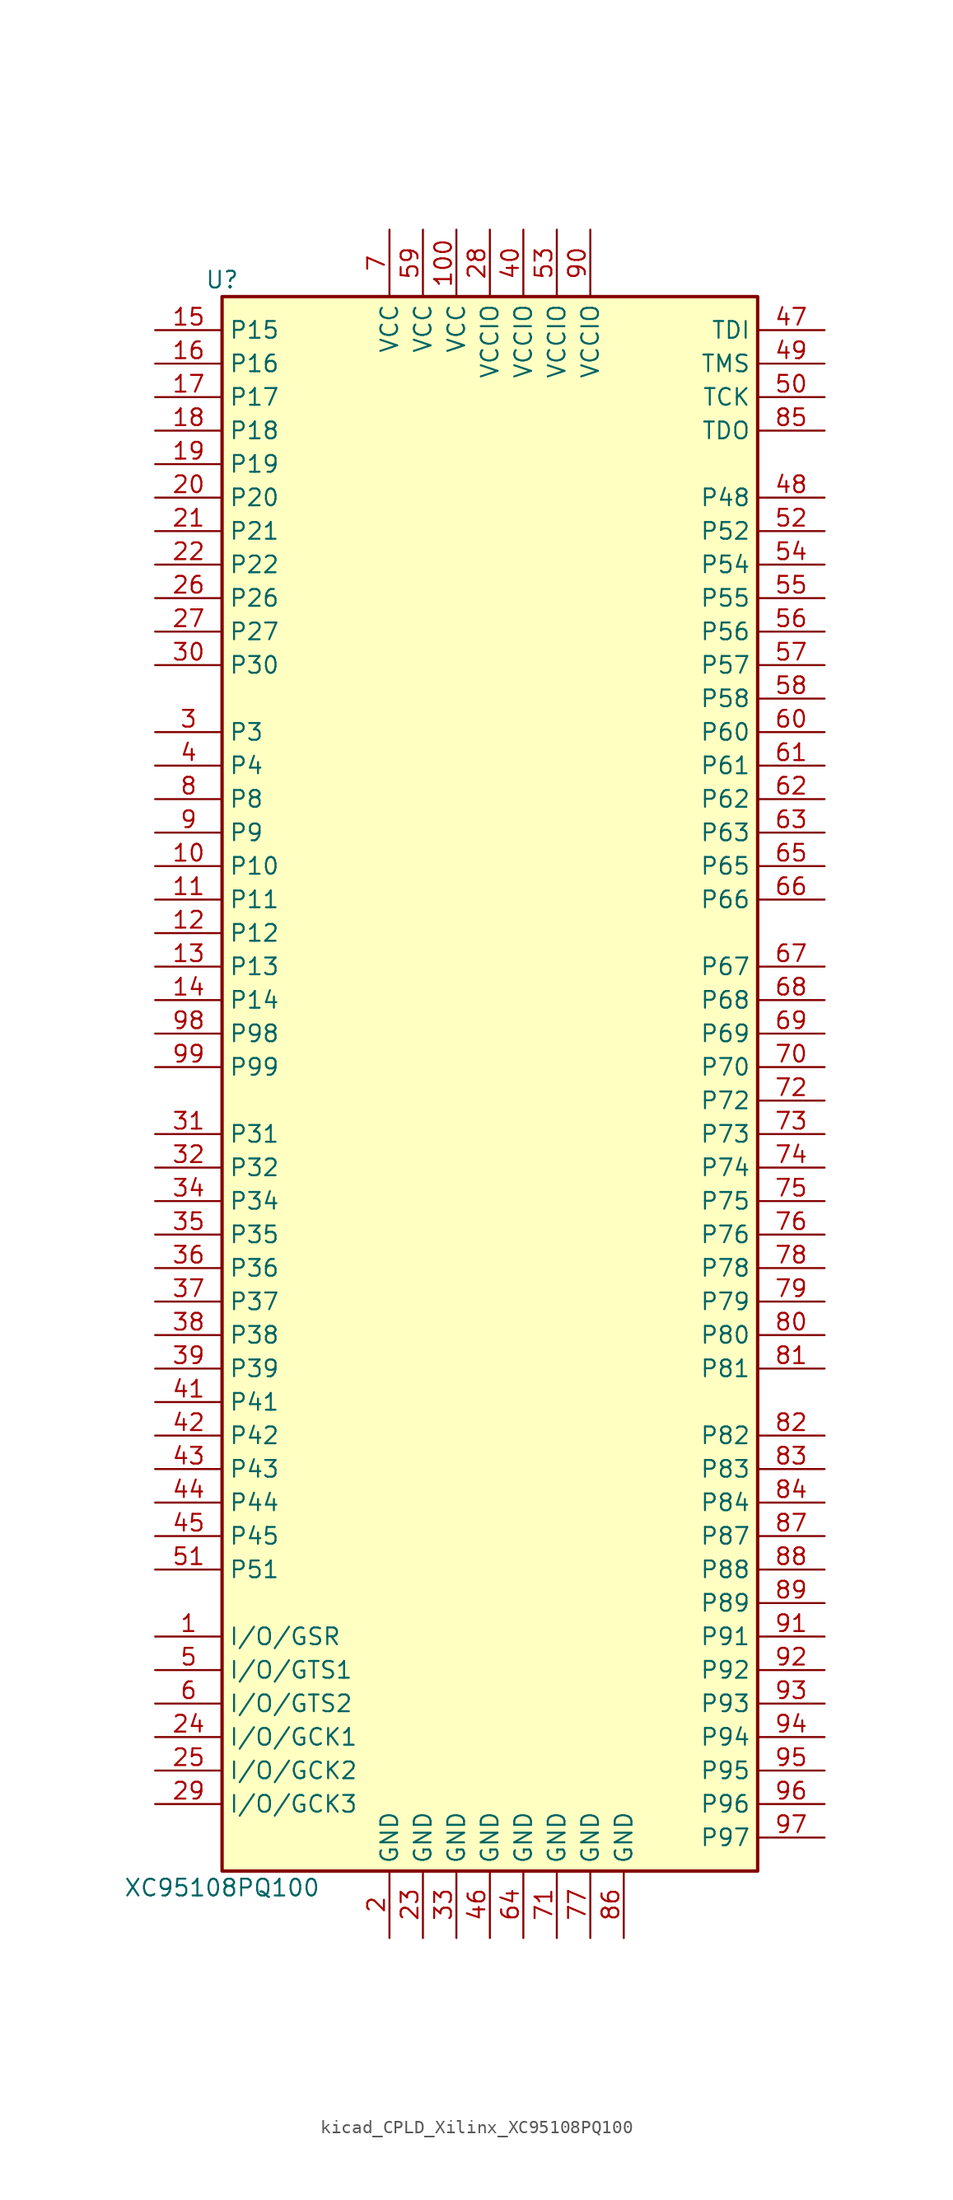
<source format=kicad_sym>
(kicad_symbol_lib
  (version 20220914)
  (generator kicad_symbol_editor)
  (symbol "kicad_CPLD_Xilinx_XC95108PQ100"
    (property "Reference" "U"
      (at -20.32 59.69 0)
      (effects (font (size 1.27 1.27))))
    (property "Value" "XC95108PQ100"
      (at -20.32 -62.23 0)
      (effects (font (size 1.27 1.27))))
    (symbol "kicad_CPLD_Xilinx_XC95108PQ100_1_1"
      (rectangle (start -20.32 58.42) (end 20.32 -60.96) (stroke (width 0.254) (type default)) (fill (type background)))
      (pin bidirectional line (at -25.4 -43.18 0) (length 5.08) (name "I/O/GSR" (effects (font (size 1.27 1.27)))) (number "1" (effects (font (size 1.27 1.27)))))
      (pin bidirectional line (at -25.4 15.24 0) (length 5.08) (name "P10" (effects (font (size 1.27 1.27)))) (number "10" (effects (font (size 1.27 1.27)))))
      (pin power_in line (at -2.54 63.5 270) (length 5.08) (name "VCC" (effects (font (size 1.27 1.27)))) (number "100" (effects (font (size 1.27 1.27)))))
      (pin bidirectional line (at -25.4 12.7 0) (length 5.08) (name "P11" (effects (font (size 1.27 1.27)))) (number "11" (effects (font (size 1.27 1.27)))))
      (pin bidirectional line (at -25.4 10.16 0) (length 5.08) (name "P12" (effects (font (size 1.27 1.27)))) (number "12" (effects (font (size 1.27 1.27)))))
      (pin bidirectional line (at -25.4 7.62 0) (length 5.08) (name "P13" (effects (font (size 1.27 1.27)))) (number "13" (effects (font (size 1.27 1.27)))))
      (pin bidirectional line (at -25.4 5.08 0) (length 5.08) (name "P14" (effects (font (size 1.27 1.27)))) (number "14" (effects (font (size 1.27 1.27)))))
      (pin bidirectional line (at -25.4 55.88 0) (length 5.08) (name "P15" (effects (font (size 1.27 1.27)))) (number "15" (effects (font (size 1.27 1.27)))))
      (pin bidirectional line (at -25.4 53.34 0) (length 5.08) (name "P16" (effects (font (size 1.27 1.27)))) (number "16" (effects (font (size 1.27 1.27)))))
      (pin bidirectional line (at -25.4 50.8 0) (length 5.08) (name "P17" (effects (font (size 1.27 1.27)))) (number "17" (effects (font (size 1.27 1.27)))))
      (pin bidirectional line (at -25.4 48.26 0) (length 5.08) (name "P18" (effects (font (size 1.27 1.27)))) (number "18" (effects (font (size 1.27 1.27)))))
      (pin bidirectional line (at -25.4 45.72 0) (length 5.08) (name "P19" (effects (font (size 1.27 1.27)))) (number "19" (effects (font (size 1.27 1.27)))))
      (pin power_in line (at -7.62 -66.04 90) (length 5.08) (name "GND" (effects (font (size 1.27 1.27)))) (number "2" (effects (font (size 1.27 1.27)))))
      (pin bidirectional line (at -25.4 43.18 0) (length 5.08) (name "P20" (effects (font (size 1.27 1.27)))) (number "20" (effects (font (size 1.27 1.27)))))
      (pin bidirectional line (at -25.4 40.64 0) (length 5.08) (name "P21" (effects (font (size 1.27 1.27)))) (number "21" (effects (font (size 1.27 1.27)))))
      (pin bidirectional line (at -25.4 38.1 0) (length 5.08) (name "P22" (effects (font (size 1.27 1.27)))) (number "22" (effects (font (size 1.27 1.27)))))
      (pin power_in line (at -5.08 -66.04 90) (length 5.08) (name "GND" (effects (font (size 1.27 1.27)))) (number "23" (effects (font (size 1.27 1.27)))))
      (pin bidirectional line (at -25.4 -50.8 0) (length 5.08) (name "I/O/GCK1" (effects (font (size 1.27 1.27)))) (number "24" (effects (font (size 1.27 1.27)))))
      (pin bidirectional line (at -25.4 -53.34 0) (length 5.08) (name "I/O/GCK2" (effects (font (size 1.27 1.27)))) (number "25" (effects (font (size 1.27 1.27)))))
      (pin bidirectional line (at -25.4 35.56 0) (length 5.08) (name "P26" (effects (font (size 1.27 1.27)))) (number "26" (effects (font (size 1.27 1.27)))))
      (pin bidirectional line (at -25.4 33.02 0) (length 5.08) (name "P27" (effects (font (size 1.27 1.27)))) (number "27" (effects (font (size 1.27 1.27)))))
      (pin power_in line (at 0 63.5 270) (length 5.08) (name "VCCIO" (effects (font (size 1.27 1.27)))) (number "28" (effects (font (size 1.27 1.27)))))
      (pin bidirectional line (at -25.4 -55.88 0) (length 5.08) (name "I/O/GCK3" (effects (font (size 1.27 1.27)))) (number "29" (effects (font (size 1.27 1.27)))))
      (pin bidirectional line (at -25.4 25.4 0) (length 5.08) (name "P3" (effects (font (size 1.27 1.27)))) (number "3" (effects (font (size 1.27 1.27)))))
      (pin bidirectional line (at -25.4 30.48 0) (length 5.08) (name "P30" (effects (font (size 1.27 1.27)))) (number "30" (effects (font (size 1.27 1.27)))))
      (pin bidirectional line (at -25.4 -5.08 0) (length 5.08) (name "P31" (effects (font (size 1.27 1.27)))) (number "31" (effects (font (size 1.27 1.27)))))
      (pin bidirectional line (at -25.4 -7.62 0) (length 5.08) (name "P32" (effects (font (size 1.27 1.27)))) (number "32" (effects (font (size 1.27 1.27)))))
      (pin power_in line (at -2.54 -66.04 90) (length 5.08) (name "GND" (effects (font (size 1.27 1.27)))) (number "33" (effects (font (size 1.27 1.27)))))
      (pin bidirectional line (at -25.4 -10.16 0) (length 5.08) (name "P34" (effects (font (size 1.27 1.27)))) (number "34" (effects (font (size 1.27 1.27)))))
      (pin bidirectional line (at -25.4 -12.7 0) (length 5.08) (name "P35" (effects (font (size 1.27 1.27)))) (number "35" (effects (font (size 1.27 1.27)))))
      (pin bidirectional line (at -25.4 -15.24 0) (length 5.08) (name "P36" (effects (font (size 1.27 1.27)))) (number "36" (effects (font (size 1.27 1.27)))))
      (pin bidirectional line (at -25.4 -17.78 0) (length 5.08) (name "P37" (effects (font (size 1.27 1.27)))) (number "37" (effects (font (size 1.27 1.27)))))
      (pin bidirectional line (at -25.4 -20.32 0) (length 5.08) (name "P38" (effects (font (size 1.27 1.27)))) (number "38" (effects (font (size 1.27 1.27)))))
      (pin bidirectional line (at -25.4 -22.86 0) (length 5.08) (name "P39" (effects (font (size 1.27 1.27)))) (number "39" (effects (font (size 1.27 1.27)))))
      (pin bidirectional line (at -25.4 22.86 0) (length 5.08) (name "P4" (effects (font (size 1.27 1.27)))) (number "4" (effects (font (size 1.27 1.27)))))
      (pin power_in line (at 2.54 63.5 270) (length 5.08) (name "VCCIO" (effects (font (size 1.27 1.27)))) (number "40" (effects (font (size 1.27 1.27)))))
      (pin bidirectional line (at -25.4 -25.4 0) (length 5.08) (name "P41" (effects (font (size 1.27 1.27)))) (number "41" (effects (font (size 1.27 1.27)))))
      (pin bidirectional line (at -25.4 -27.94 0) (length 5.08) (name "P42" (effects (font (size 1.27 1.27)))) (number "42" (effects (font (size 1.27 1.27)))))
      (pin bidirectional line (at -25.4 -30.48 0) (length 5.08) (name "P43" (effects (font (size 1.27 1.27)))) (number "43" (effects (font (size 1.27 1.27)))))
      (pin bidirectional line (at -25.4 -33.02 0) (length 5.08) (name "P44" (effects (font (size 1.27 1.27)))) (number "44" (effects (font (size 1.27 1.27)))))
      (pin bidirectional line (at -25.4 -35.56 0) (length 5.08) (name "P45" (effects (font (size 1.27 1.27)))) (number "45" (effects (font (size 1.27 1.27)))))
      (pin power_in line (at 0 -66.04 90) (length 5.08) (name "GND" (effects (font (size 1.27 1.27)))) (number "46" (effects (font (size 1.27 1.27)))))
      (pin input line (at 25.4 55.88 180) (length 5.08) (name "TDI" (effects (font (size 1.27 1.27)))) (number "47" (effects (font (size 1.27 1.27)))))
      (pin bidirectional line (at 25.4 43.18 180) (length 5.08) (name "P48" (effects (font (size 1.27 1.27)))) (number "48" (effects (font (size 1.27 1.27)))))
      (pin input line (at 25.4 53.34 180) (length 5.08) (name "TMS" (effects (font (size 1.27 1.27)))) (number "49" (effects (font (size 1.27 1.27)))))
      (pin bidirectional line (at -25.4 -45.72 0) (length 5.08) (name "I/O/GTS1" (effects (font (size 1.27 1.27)))) (number "5" (effects (font (size 1.27 1.27)))))
      (pin input line (at 25.4 50.8 180) (length 5.08) (name "TCK" (effects (font (size 1.27 1.27)))) (number "50" (effects (font (size 1.27 1.27)))))
      (pin bidirectional line (at -25.4 -38.1 0) (length 5.08) (name "P51" (effects (font (size 1.27 1.27)))) (number "51" (effects (font (size 1.27 1.27)))))
      (pin bidirectional line (at 25.4 40.64 180) (length 5.08) (name "P52" (effects (font (size 1.27 1.27)))) (number "52" (effects (font (size 1.27 1.27)))))
      (pin power_in line (at 5.08 63.5 270) (length 5.08) (name "VCCIO" (effects (font (size 1.27 1.27)))) (number "53" (effects (font (size 1.27 1.27)))))
      (pin bidirectional line (at 25.4 38.1 180) (length 5.08) (name "P54" (effects (font (size 1.27 1.27)))) (number "54" (effects (font (size 1.27 1.27)))))
      (pin bidirectional line (at 25.4 35.56 180) (length 5.08) (name "P55" (effects (font (size 1.27 1.27)))) (number "55" (effects (font (size 1.27 1.27)))))
      (pin bidirectional line (at 25.4 33.02 180) (length 5.08) (name "P56" (effects (font (size 1.27 1.27)))) (number "56" (effects (font (size 1.27 1.27)))))
      (pin bidirectional line (at 25.4 30.48 180) (length 5.08) (name "P57" (effects (font (size 1.27 1.27)))) (number "57" (effects (font (size 1.27 1.27)))))
      (pin bidirectional line (at 25.4 27.94 180) (length 5.08) (name "P58" (effects (font (size 1.27 1.27)))) (number "58" (effects (font (size 1.27 1.27)))))
      (pin power_in line (at -5.08 63.5 270) (length 5.08) (name "VCC" (effects (font (size 1.27 1.27)))) (number "59" (effects (font (size 1.27 1.27)))))
      (pin bidirectional line (at -25.4 -48.26 0) (length 5.08) (name "I/O/GTS2" (effects (font (size 1.27 1.27)))) (number "6" (effects (font (size 1.27 1.27)))))
      (pin bidirectional line (at 25.4 25.4 180) (length 5.08) (name "P60" (effects (font (size 1.27 1.27)))) (number "60" (effects (font (size 1.27 1.27)))))
      (pin bidirectional line (at 25.4 22.86 180) (length 5.08) (name "P61" (effects (font (size 1.27 1.27)))) (number "61" (effects (font (size 1.27 1.27)))))
      (pin bidirectional line (at 25.4 20.32 180) (length 5.08) (name "P62" (effects (font (size 1.27 1.27)))) (number "62" (effects (font (size 1.27 1.27)))))
      (pin bidirectional line (at 25.4 17.78 180) (length 5.08) (name "P63" (effects (font (size 1.27 1.27)))) (number "63" (effects (font (size 1.27 1.27)))))
      (pin power_in line (at 2.54 -66.04 90) (length 5.08) (name "GND" (effects (font (size 1.27 1.27)))) (number "64" (effects (font (size 1.27 1.27)))))
      (pin bidirectional line (at 25.4 15.24 180) (length 5.08) (name "P65" (effects (font (size 1.27 1.27)))) (number "65" (effects (font (size 1.27 1.27)))))
      (pin bidirectional line (at 25.4 12.7 180) (length 5.08) (name "P66" (effects (font (size 1.27 1.27)))) (number "66" (effects (font (size 1.27 1.27)))))
      (pin bidirectional line (at 25.4 7.62 180) (length 5.08) (name "P67" (effects (font (size 1.27 1.27)))) (number "67" (effects (font (size 1.27 1.27)))))
      (pin bidirectional line (at 25.4 5.08 180) (length 5.08) (name "P68" (effects (font (size 1.27 1.27)))) (number "68" (effects (font (size 1.27 1.27)))))
      (pin bidirectional line (at 25.4 2.54 180) (length 5.08) (name "P69" (effects (font (size 1.27 1.27)))) (number "69" (effects (font (size 1.27 1.27)))))
      (pin power_in line (at -7.62 63.5 270) (length 5.08) (name "VCC" (effects (font (size 1.27 1.27)))) (number "7" (effects (font (size 1.27 1.27)))))
      (pin bidirectional line (at 25.4 0 180) (length 5.08) (name "P70" (effects (font (size 1.27 1.27)))) (number "70" (effects (font (size 1.27 1.27)))))
      (pin power_in line (at 5.08 -66.04 90) (length 5.08) (name "GND" (effects (font (size 1.27 1.27)))) (number "71" (effects (font (size 1.27 1.27)))))
      (pin bidirectional line (at 25.4 -2.54 180) (length 5.08) (name "P72" (effects (font (size 1.27 1.27)))) (number "72" (effects (font (size 1.27 1.27)))))
      (pin bidirectional line (at 25.4 -5.08 180) (length 5.08) (name "P73" (effects (font (size 1.27 1.27)))) (number "73" (effects (font (size 1.27 1.27)))))
      (pin bidirectional line (at 25.4 -7.62 180) (length 5.08) (name "P74" (effects (font (size 1.27 1.27)))) (number "74" (effects (font (size 1.27 1.27)))))
      (pin bidirectional line (at 25.4 -10.16 180) (length 5.08) (name "P75" (effects (font (size 1.27 1.27)))) (number "75" (effects (font (size 1.27 1.27)))))
      (pin bidirectional line (at 25.4 -12.7 180) (length 5.08) (name "P76" (effects (font (size 1.27 1.27)))) (number "76" (effects (font (size 1.27 1.27)))))
      (pin power_in line (at 7.62 -66.04 90) (length 5.08) (name "GND" (effects (font (size 1.27 1.27)))) (number "77" (effects (font (size 1.27 1.27)))))
      (pin bidirectional line (at 25.4 -15.24 180) (length 5.08) (name "P78" (effects (font (size 1.27 1.27)))) (number "78" (effects (font (size 1.27 1.27)))))
      (pin bidirectional line (at 25.4 -17.78 180) (length 5.08) (name "P79" (effects (font (size 1.27 1.27)))) (number "79" (effects (font (size 1.27 1.27)))))
      (pin bidirectional line (at -25.4 20.32 0) (length 5.08) (name "P8" (effects (font (size 1.27 1.27)))) (number "8" (effects (font (size 1.27 1.27)))))
      (pin bidirectional line (at 25.4 -20.32 180) (length 5.08) (name "P80" (effects (font (size 1.27 1.27)))) (number "80" (effects (font (size 1.27 1.27)))))
      (pin bidirectional line (at 25.4 -22.86 180) (length 5.08) (name "P81" (effects (font (size 1.27 1.27)))) (number "81" (effects (font (size 1.27 1.27)))))
      (pin bidirectional line (at 25.4 -27.94 180) (length 5.08) (name "P82" (effects (font (size 1.27 1.27)))) (number "82" (effects (font (size 1.27 1.27)))))
      (pin bidirectional line (at 25.4 -30.48 180) (length 5.08) (name "P83" (effects (font (size 1.27 1.27)))) (number "83" (effects (font (size 1.27 1.27)))))
      (pin bidirectional line (at 25.4 -33.02 180) (length 5.08) (name "P84" (effects (font (size 1.27 1.27)))) (number "84" (effects (font (size 1.27 1.27)))))
      (pin output line (at 25.4 48.26 180) (length 5.08) (name "TDO" (effects (font (size 1.27 1.27)))) (number "85" (effects (font (size 1.27 1.27)))))
      (pin power_in line (at 10.16 -66.04 90) (length 5.08) (name "GND" (effects (font (size 1.27 1.27)))) (number "86" (effects (font (size 1.27 1.27)))))
      (pin bidirectional line (at 25.4 -35.56 180) (length 5.08) (name "P87" (effects (font (size 1.27 1.27)))) (number "87" (effects (font (size 1.27 1.27)))))
      (pin bidirectional line (at 25.4 -38.1 180) (length 5.08) (name "P88" (effects (font (size 1.27 1.27)))) (number "88" (effects (font (size 1.27 1.27)))))
      (pin bidirectional line (at 25.4 -40.64 180) (length 5.08) (name "P89" (effects (font (size 1.27 1.27)))) (number "89" (effects (font (size 1.27 1.27)))))
      (pin bidirectional line (at -25.4 17.78 0) (length 5.08) (name "P9" (effects (font (size 1.27 1.27)))) (number "9" (effects (font (size 1.27 1.27)))))
      (pin power_in line (at 7.62 63.5 270) (length 5.08) (name "VCCIO" (effects (font (size 1.27 1.27)))) (number "90" (effects (font (size 1.27 1.27)))))
      (pin bidirectional line (at 25.4 -43.18 180) (length 5.08) (name "P91" (effects (font (size 1.27 1.27)))) (number "91" (effects (font (size 1.27 1.27)))))
      (pin bidirectional line (at 25.4 -45.72 180) (length 5.08) (name "P92" (effects (font (size 1.27 1.27)))) (number "92" (effects (font (size 1.27 1.27)))))
      (pin bidirectional line (at 25.4 -48.26 180) (length 5.08) (name "P93" (effects (font (size 1.27 1.27)))) (number "93" (effects (font (size 1.27 1.27)))))
      (pin bidirectional line (at 25.4 -50.8 180) (length 5.08) (name "P94" (effects (font (size 1.27 1.27)))) (number "94" (effects (font (size 1.27 1.27)))))
      (pin bidirectional line (at 25.4 -53.34 180) (length 5.08) (name "P95" (effects (font (size 1.27 1.27)))) (number "95" (effects (font (size 1.27 1.27)))))
      (pin bidirectional line (at 25.4 -55.88 180) (length 5.08) (name "P96" (effects (font (size 1.27 1.27)))) (number "96" (effects (font (size 1.27 1.27)))))
      (pin bidirectional line (at 25.4 -58.42 180) (length 5.08) (name "P97" (effects (font (size 1.27 1.27)))) (number "97" (effects (font (size 1.27 1.27)))))
      (pin bidirectional line (at -25.4 2.54 0) (length 5.08) (name "P98" (effects (font (size 1.27 1.27)))) (number "98" (effects (font (size 1.27 1.27)))))
      (pin bidirectional line (at -25.4 0 0) (length 5.08) (name "P99" (effects (font (size 1.27 1.27)))) (number "99" (effects (font (size 1.27 1.27))))))))
</source>
